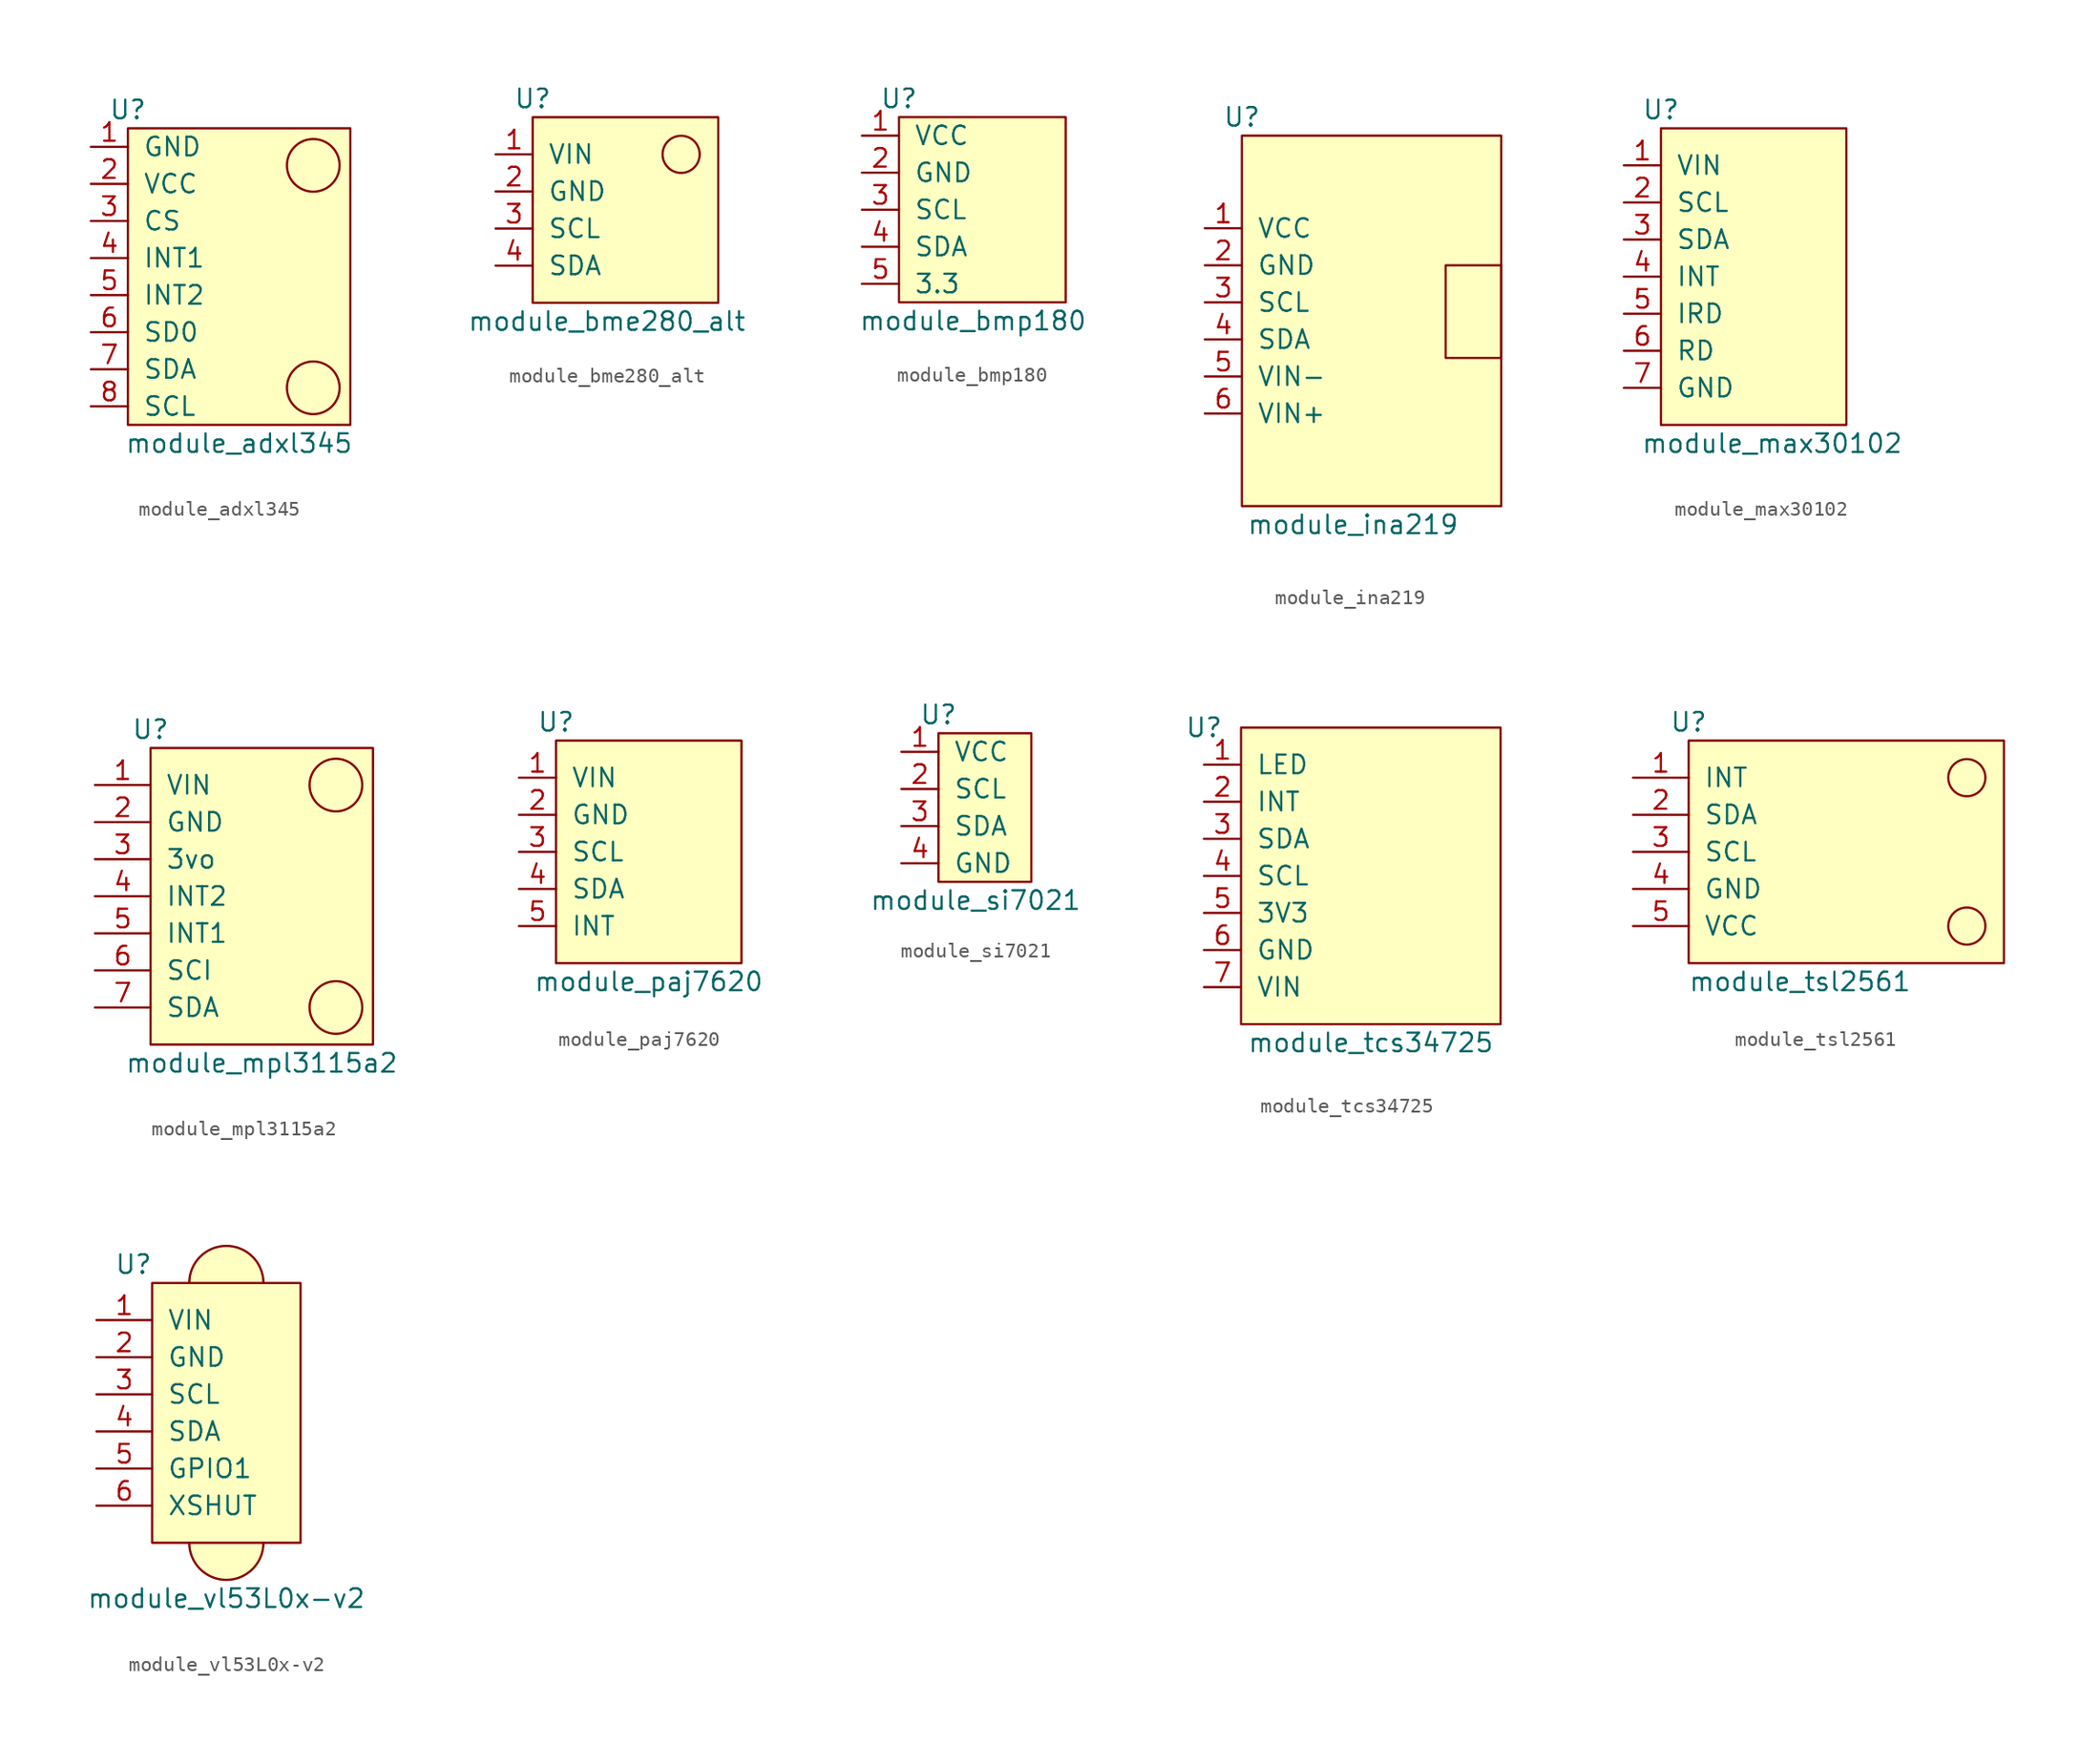
<source format=kicad_sym>
(kicad_symbol_lib
  (version 20220914)
  (generator kicad_symbol_editor)
  (symbol "module_adxl345"
    (pin_names
      (offset 1.016))
    (property "Reference" "U"
      (at 2.54 13.97 0)
      (effects (font (size 1.27 1.27))))
    (property "Value" "module_adxl345"
      (at 10.16 -8.89 0)
      (effects (font (size 1.27 1.27))))
    (symbol "module_adxl345_0_1"
      (rectangle (start 2.54 12.7) (end 17.78 -7.62) (stroke (width 0) (type default)) (fill (type background)))
      (circle (center 15.24 -5.08) (radius 1.803) (stroke (width 0) (type default)) (fill (type none)))
      (circle (center 15.24 10.16) (radius 1.803) (stroke (width 0) (type default)) (fill (type none))))
    (symbol "module_adxl345_1_1"
      (pin input line (at 0 11.43 0) (length 2.54) (name "GND" (effects (font (size 1.27 1.27)))) (number "1" (effects (font (size 1.27 1.27)))))
      (pin input line (at 0 8.89 0) (length 2.54) (name "VCC" (effects (font (size 1.27 1.27)))) (number "2" (effects (font (size 1.27 1.27)))))
      (pin input line (at 0 6.35 0) (length 2.54) (name "CS" (effects (font (size 1.27 1.27)))) (number "3" (effects (font (size 1.27 1.27)))))
      (pin input line (at 0 3.81 0) (length 2.54) (name "INT1" (effects (font (size 1.27 1.27)))) (number "4" (effects (font (size 1.27 1.27)))))
      (pin input line (at 0 1.27 0) (length 2.54) (name "INT2" (effects (font (size 1.27 1.27)))) (number "5" (effects (font (size 1.27 1.27)))))
      (pin input line (at 0 -1.27 0) (length 2.54) (name "SD0" (effects (font (size 1.27 1.27)))) (number "6" (effects (font (size 1.27 1.27)))))
      (pin input line (at 0 -3.81 0) (length 2.54) (name "SDA" (effects (font (size 1.27 1.27)))) (number "7" (effects (font (size 1.27 1.27)))))
      (pin input line (at 0 -6.35 0) (length 2.54) (name "SCL" (effects (font (size 1.27 1.27)))) (number "8" (effects (font (size 1.27 1.27)))))))
  (symbol "module_bme280_alt"
    (pin_names
      (offset 1.016))
    (property "Reference" "U"
      (at 2.54 17.78 0)
      (effects (font (size 1.27 1.27))))
    (property "Value" "module_bme280_alt"
      (at 7.62 2.54 0)
      (effects (font (size 1.27 1.27))))
    (symbol "module_bme280_alt_0_1"
      (rectangle (start 2.54 16.51) (end 15.24 3.81) (stroke (width 0) (type default)) (fill (type background)))
      (circle (center 12.7 13.97) (radius 1.27) (stroke (width 0) (type default)) (fill (type none))))
    (symbol "module_bme280_alt_1_1"
      (pin input line (at 0 13.97 0) (length 2.54) (name "VIN" (effects (font (size 1.27 1.27)))) (number "1" (effects (font (size 1.27 1.27)))))
      (pin input line (at 0 11.43 0) (length 2.54) (name "GND" (effects (font (size 1.27 1.27)))) (number "2" (effects (font (size 1.27 1.27)))))
      (pin input line (at 0 8.89 0) (length 2.54) (name "SCL" (effects (font (size 1.27 1.27)))) (number "3" (effects (font (size 1.27 1.27)))))
      (pin input line (at 0 6.35 0) (length 2.54) (name "SDA" (effects (font (size 1.27 1.27)))) (number "4" (effects (font (size 1.27 1.27)))))))
  (symbol "module_bmp180"
    (pin_names
      (offset 1.016))
    (property "Reference" "U"
      (at 2.54 11.43 0)
      (effects (font (size 1.27 1.27))))
    (property "Value" "module_bmp180"
      (at 7.62 -3.81 0)
      (effects (font (size 1.27 1.27))))
    (symbol "module_bmp180_0_1"
      (rectangle (start 2.54 10.16) (end 13.97 -2.54) (stroke (width 0) (type default)) (fill (type background))))
    (symbol "module_bmp180_1_1"
      (pin input line (at 0 8.89 0) (length 2.54) (name "VCC" (effects (font (size 1.27 1.27)))) (number "1" (effects (font (size 1.27 1.27)))))
      (pin input line (at 0 6.35 0) (length 2.54) (name "GND" (effects (font (size 1.27 1.27)))) (number "2" (effects (font (size 1.27 1.27)))))
      (pin input line (at 0 3.81 0) (length 2.54) (name "SCL" (effects (font (size 1.27 1.27)))) (number "3" (effects (font (size 1.27 1.27)))))
      (pin input line (at 0 1.27 0) (length 2.54) (name "SDA" (effects (font (size 1.27 1.27)))) (number "4" (effects (font (size 1.27 1.27)))))
      (pin input line (at 0 -1.27 0) (length 2.54) (name "3.3" (effects (font (size 1.27 1.27)))) (number "5" (effects (font (size 1.27 1.27)))))))
  (symbol "module_ina219"
    (pin_names
      (offset 1.016))
    (property "Reference" "U"
      (at 2.54 12.7 0)
      (effects (font (size 1.27 1.27))))
    (property "Value" "module_ina219"
      (at 10.16 -15.24 0)
      (effects (font (size 1.27 1.27))))
    (symbol "module_ina219_0_1"
      (rectangle (start 2.54 11.43) (end 20.32 -13.97) (stroke (width 0) (type default)) (fill (type background)))
      (rectangle (start 20.32 2.54) (end 16.51 -3.81) (stroke (width 0) (type default)) (fill (type none))))
    (symbol "module_ina219_1_1"
      (pin input line (at 0 5.08 0) (length 2.54) (name "VCC" (effects (font (size 1.27 1.27)))) (number "1" (effects (font (size 1.27 1.27)))))
      (pin input line (at 0 2.54 0) (length 2.54) (name "GND" (effects (font (size 1.27 1.27)))) (number "2" (effects (font (size 1.27 1.27)))))
      (pin input line (at 0 0 0) (length 2.54) (name "SCL" (effects (font (size 1.27 1.27)))) (number "3" (effects (font (size 1.27 1.27)))))
      (pin input line (at 0 -2.54 0) (length 2.54) (name "SDA" (effects (font (size 1.27 1.27)))) (number "4" (effects (font (size 1.27 1.27)))))
      (pin input line (at 0 -5.08 0) (length 2.54) (name "VIN-" (effects (font (size 1.27 1.27)))) (number "5" (effects (font (size 1.27 1.27)))))
      (pin input line (at 0 -7.62 0) (length 2.54) (name "VIN+" (effects (font (size 1.27 1.27)))) (number "6" (effects (font (size 1.27 1.27)))))))
  (symbol "module_max30102"
    (pin_names
      (offset 1.016))
    (property "Reference" "U"
      (at 2.54 12.7 0)
      (effects (font (size 1.27 1.27))))
    (property "Value" "module_max30102"
      (at 10.16 -10.16 0)
      (effects (font (size 1.27 1.27))))
    (symbol "module_max30102_0_1"
      (rectangle (start 2.54 11.43) (end 15.24 -8.89) (stroke (width 0) (type default)) (fill (type background))))
    (symbol "module_max30102_1_1"
      (pin input line (at 0 8.89 0) (length 2.54) (name "VIN" (effects (font (size 1.27 1.27)))) (number "1" (effects (font (size 1.27 1.27)))))
      (pin input line (at 0 6.35 0) (length 2.54) (name "SCL" (effects (font (size 1.27 1.27)))) (number "2" (effects (font (size 1.27 1.27)))))
      (pin input line (at 0 3.81 0) (length 2.54) (name "SDA" (effects (font (size 1.27 1.27)))) (number "3" (effects (font (size 1.27 1.27)))))
      (pin input line (at 0 1.27 0) (length 2.54) (name "INT" (effects (font (size 1.27 1.27)))) (number "4" (effects (font (size 1.27 1.27)))))
      (pin input line (at 0 -1.27 0) (length 2.54) (name "IRD" (effects (font (size 1.27 1.27)))) (number "5" (effects (font (size 1.27 1.27)))))
      (pin input line (at 0 -3.81 0) (length 2.54) (name "RD" (effects (font (size 1.27 1.27)))) (number "6" (effects (font (size 1.27 1.27)))))
      (pin input line (at 0 -6.35 0) (length 2.54) (name "GND" (effects (font (size 1.27 1.27)))) (number "7" (effects (font (size 1.27 1.27)))))))
  (symbol "module_mpl3115a2"
    (pin_names
      (offset 1.016))
    (property "Reference" "U"
      (at 3.81 12.7 0)
      (effects (font (size 1.27 1.27))))
    (property "Value" "module_mpl3115a2"
      (at 11.43 -10.16 0)
      (effects (font (size 1.27 1.27))))
    (symbol "module_mpl3115a2_0_1"
      (rectangle (start 3.81 11.43) (end 19.05 -8.89) (stroke (width 0) (type default)) (fill (type background)))
      (circle (center 16.51 -6.35) (radius 1.803) (stroke (width 0) (type default)) (fill (type none)))
      (circle (center 16.51 8.89) (radius 1.803) (stroke (width 0) (type default)) (fill (type none))))
    (symbol "module_mpl3115a2_1_1"
      (pin passive line (at 0 8.89 0) (length 3.81) (name "VIN" (effects (font (size 1.27 1.27)))) (number "1" (effects (font (size 1.27 1.27)))))
      (pin passive line (at 0 6.35 0) (length 3.81) (name "GND" (effects (font (size 1.27 1.27)))) (number "2" (effects (font (size 1.27 1.27)))))
      (pin passive line (at 0 3.81 0) (length 3.81) (name "3vo" (effects (font (size 1.27 1.27)))) (number "3" (effects (font (size 1.27 1.27)))))
      (pin passive line (at 0 1.27 0) (length 3.81) (name "INT2" (effects (font (size 1.27 1.27)))) (number "4" (effects (font (size 1.27 1.27)))))
      (pin passive line (at 0 -1.27 0) (length 3.81) (name "INT1" (effects (font (size 1.27 1.27)))) (number "5" (effects (font (size 1.27 1.27)))))
      (pin passive line (at 0 -3.81 0) (length 3.81) (name "SCI" (effects (font (size 1.27 1.27)))) (number "6" (effects (font (size 1.27 1.27)))))
      (pin passive line (at 0 -6.35 0) (length 3.81) (name "SDA" (effects (font (size 1.27 1.27)))) (number "7" (effects (font (size 1.27 1.27)))))))
  (symbol "module_paj7620"
    (pin_names
      (offset 1.016))
    (property "Reference" "U"
      (at 2.54 13.97 0)
      (effects (font (size 1.27 1.27))))
    (property "Value" "module_paj7620"
      (at 8.89 -3.81 0)
      (effects (font (size 1.27 1.27))))
    (symbol "module_paj7620_0_1"
      (rectangle (start 2.54 12.7) (end 15.24 -2.54) (stroke (width 0) (type default)) (fill (type background))))
    (symbol "module_paj7620_1_1"
      (pin input line (at 0 10.16 0) (length 2.54) (name "VIN" (effects (font (size 1.27 1.27)))) (number "1" (effects (font (size 1.27 1.27)))))
      (pin input line (at 0 7.62 0) (length 2.54) (name "GND" (effects (font (size 1.27 1.27)))) (number "2" (effects (font (size 1.27 1.27)))))
      (pin input line (at 0 5.08 0) (length 2.54) (name "SCL" (effects (font (size 1.27 1.27)))) (number "3" (effects (font (size 1.27 1.27)))))
      (pin input line (at 0 2.54 0) (length 2.54) (name "SDA" (effects (font (size 1.27 1.27)))) (number "4" (effects (font (size 1.27 1.27)))))
      (pin input line (at 0 0 0) (length 2.54) (name "INT" (effects (font (size 1.27 1.27)))) (number "5" (effects (font (size 1.27 1.27)))))))
  (symbol "module_si7021"
    (pin_names
      (offset 1.016))
    (property "Reference" "U"
      (at 2.54 13.97 0)
      (effects (font (size 1.27 1.27))))
    (property "Value" "module_si7021"
      (at 5.08 1.27 0)
      (effects (font (size 1.27 1.27))))
    (symbol "module_si7021_0_1"
      (rectangle (start 2.54 12.7) (end 8.89 2.54) (stroke (width 0) (type default)) (fill (type background))))
    (symbol "module_si7021_1_1"
      (pin input line (at 0 11.43 0) (length 2.54) (name "VCC" (effects (font (size 1.27 1.27)))) (number "1" (effects (font (size 1.27 1.27)))))
      (pin input line (at 0 8.89 0) (length 2.54) (name "SCL" (effects (font (size 1.27 1.27)))) (number "2" (effects (font (size 1.27 1.27)))))
      (pin input line (at 0 6.35 0) (length 2.54) (name "SDA" (effects (font (size 1.27 1.27)))) (number "3" (effects (font (size 1.27 1.27)))))
      (pin input line (at 0 3.81 0) (length 2.54) (name "GND" (effects (font (size 1.27 1.27)))) (number "4" (effects (font (size 1.27 1.27)))))))
  (symbol "module_tcs34725"
    (pin_names
      (offset 1.016))
    (property "Reference" "U"
      (at 0 17.78 0)
      (effects (font (size 1.27 1.27))))
    (property "Value" "module_tcs34725"
      (at 11.43 -3.81 0)
      (effects (font (size 1.27 1.27))))
    (symbol "module_tcs34725_0_1"
      (rectangle (start 2.54 17.78) (end 20.32 -2.54) (stroke (width 0) (type default)) (fill (type background))))
    (symbol "module_tcs34725_1_1"
      (pin input line (at 0 15.24 0) (length 2.54) (name "LED" (effects (font (size 1.27 1.27)))) (number "1" (effects (font (size 1.27 1.27)))))
      (pin input line (at 0 12.7 0) (length 2.54) (name "INT" (effects (font (size 1.27 1.27)))) (number "2" (effects (font (size 1.27 1.27)))))
      (pin input line (at 0 10.16 0) (length 2.54) (name "SDA" (effects (font (size 1.27 1.27)))) (number "3" (effects (font (size 1.27 1.27)))))
      (pin input line (at 0 7.62 0) (length 2.54) (name "SCL" (effects (font (size 1.27 1.27)))) (number "4" (effects (font (size 1.27 1.27)))))
      (pin input line (at 0 5.08 0) (length 2.54) (name "3V3" (effects (font (size 1.27 1.27)))) (number "5" (effects (font (size 1.27 1.27)))))
      (pin input line (at 0 2.54 0) (length 2.54) (name "GND" (effects (font (size 1.27 1.27)))) (number "6" (effects (font (size 1.27 1.27)))))
      (pin input line (at 0 0 0) (length 2.54) (name "VIN" (effects (font (size 1.27 1.27)))) (number "7" (effects (font (size 1.27 1.27)))))))
  (symbol "module_tsl2561"
    (pin_names
      (offset 1.016))
    (property "Reference" "U"
      (at 3.81 7.62 0)
      (effects (font (size 1.27 1.27))))
    (property "Value" "module_tsl2561"
      (at 11.43 -10.16 0)
      (effects (font (size 1.27 1.27))))
    (symbol "module_tsl2561_0_1"
      (rectangle (start 3.81 6.35) (end 25.4 -8.89) (stroke (width 0) (type default)) (fill (type background)))
      (circle (center 22.86 -6.35) (radius 1.27) (stroke (width 0) (type default)) (fill (type none)))
      (circle (center 22.86 3.81) (radius 1.27) (stroke (width 0) (type default)) (fill (type none))))
    (symbol "module_tsl2561_1_1"
      (pin passive line (at 0 3.81 0) (length 3.81) (name "INT" (effects (font (size 1.27 1.27)))) (number "1" (effects (font (size 1.27 1.27)))))
      (pin passive line (at 0 1.27 0) (length 3.81) (name "SDA" (effects (font (size 1.27 1.27)))) (number "2" (effects (font (size 1.27 1.27)))))
      (pin passive line (at 0 -1.27 0) (length 3.81) (name "SCL" (effects (font (size 1.27 1.27)))) (number "3" (effects (font (size 1.27 1.27)))))
      (pin passive line (at 0 -3.81 0) (length 3.81) (name "GND" (effects (font (size 1.27 1.27)))) (number "4" (effects (font (size 1.27 1.27)))))
      (pin passive line (at 0 -6.35 0) (length 3.81) (name "VCC" (effects (font (size 1.27 1.27)))) (number "5" (effects (font (size 1.27 1.27)))))))
  (symbol "module_vl53L0x-v2"
    (pin_names
      (offset 1.016))
    (property "Reference" "U"
      (at 2.54 1.27 0)
      (effects (font (size 1.27 1.27))))
    (property "Value" "module_vl53L0x-v2"
      (at 8.89 -21.59 0)
      (effects (font (size 1.27 1.27))))
    (symbol "module_vl53L0x-v2_0_1"
      (rectangle (start 3.81 0) (end 13.97 -17.78) (stroke (width 0) (type default)) (fill (type background)))
      (arc (start 6.35 -17.78) (mid 8.89 -20.309) (end 11.43 -17.78) (stroke (width 0) (type default)) (fill (type background)))
      (arc (start 11.43 0) (mid 8.89 2.529) (end 6.35 0) (stroke (width 0) (type default)) (fill (type background))))
    (symbol "module_vl53L0x-v2_1_1"
      (pin passive line (at 0 -2.54 0) (length 3.81) (name "VIN" (effects (font (size 1.27 1.27)))) (number "1" (effects (font (size 1.27 1.27)))))
      (pin passive line (at 0 -5.08 0) (length 3.81) (name "GND" (effects (font (size 1.27 1.27)))) (number "2" (effects (font (size 1.27 1.27)))))
      (pin passive line (at 0 -7.62 0) (length 3.81) (name "SCL" (effects (font (size 1.27 1.27)))) (number "3" (effects (font (size 1.27 1.27)))))
      (pin passive line (at 0 -10.16 0) (length 3.81) (name "SDA" (effects (font (size 1.27 1.27)))) (number "4" (effects (font (size 1.27 1.27)))))
      (pin passive line (at 0 -12.7 0) (length 3.81) (name "GPIO1" (effects (font (size 1.27 1.27)))) (number "5" (effects (font (size 1.27 1.27)))))
      (pin passive line (at 0 -15.24 0) (length 3.81) (name "XSHUT" (effects (font (size 1.27 1.27)))) (number "6" (effects (font (size 1.27 1.27))))))))
</source>
